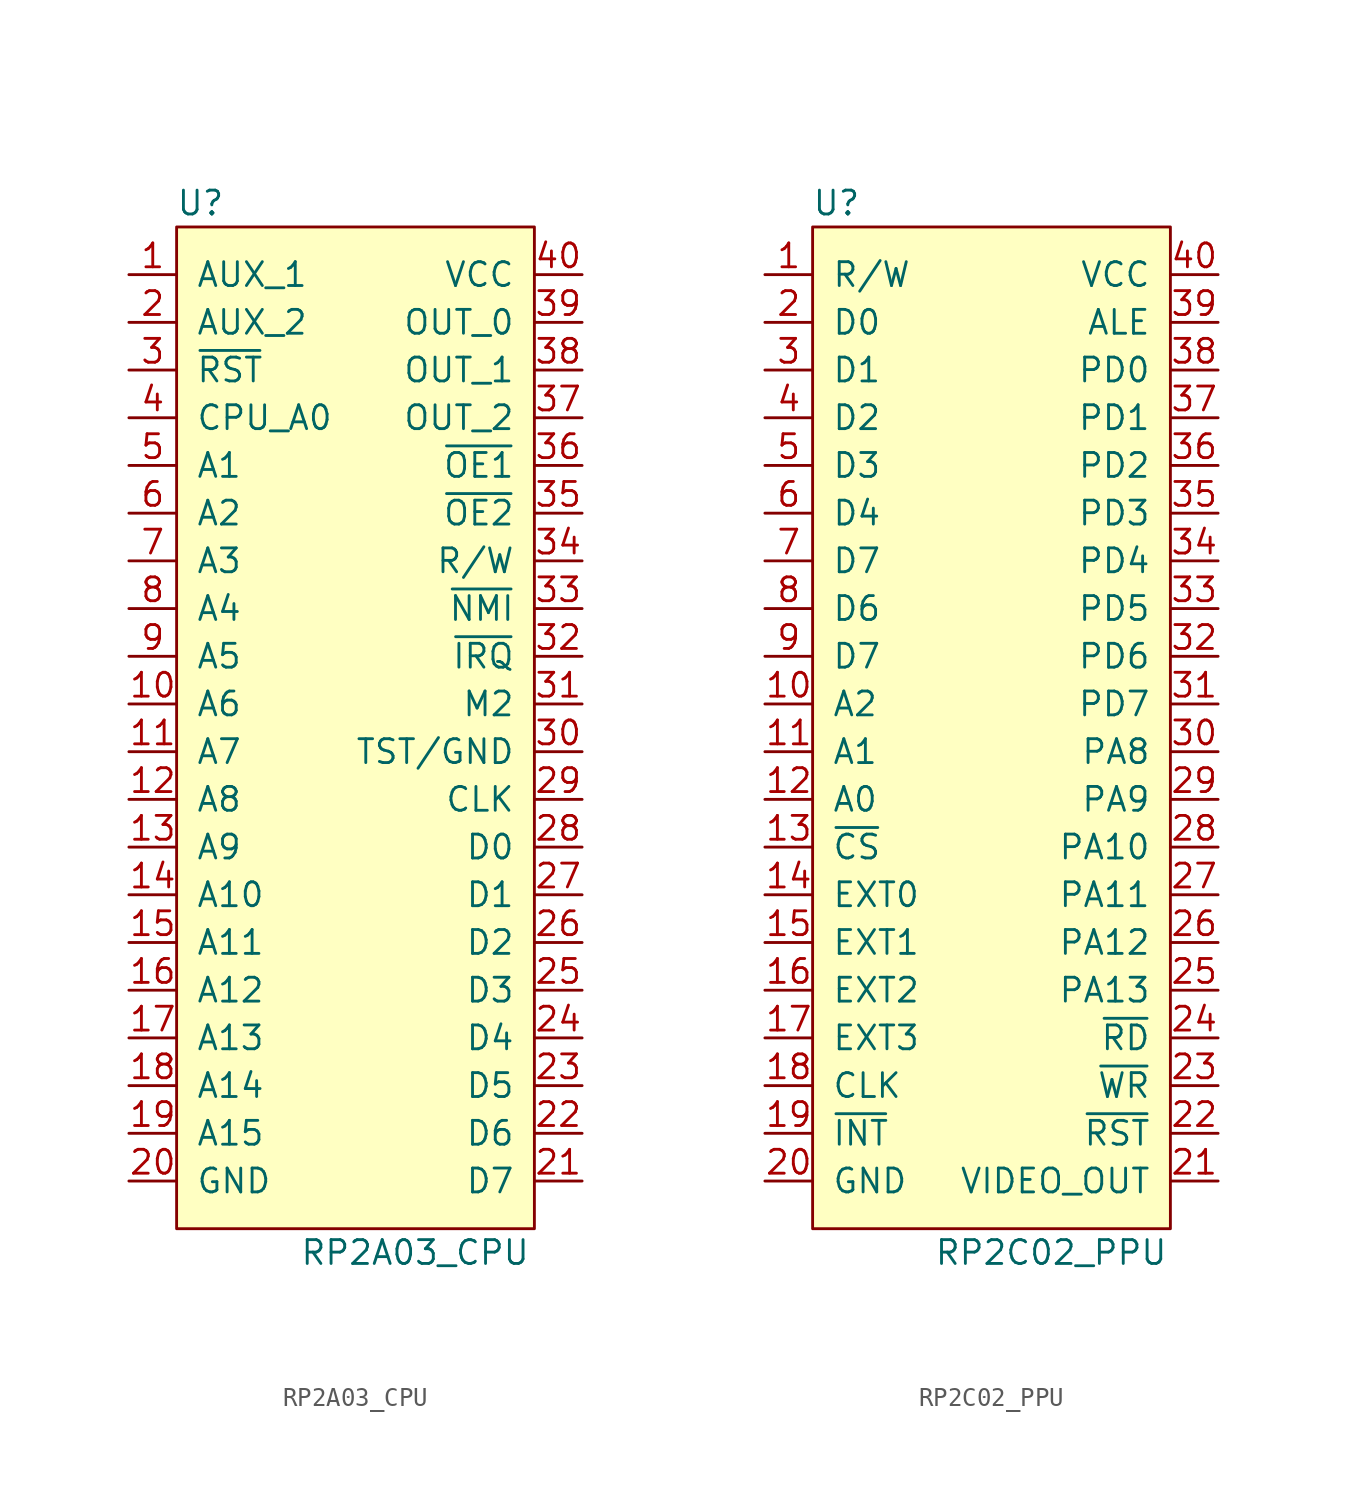
<source format=kicad_sym>
(kicad_symbol_lib
  (version 20241209)
  (generator "kicad_symbol_editor")
  (generator_version "9.0")
  (symbol "RP2A03_CPU"
    (pin_names
      (offset 1.016))
    (property "Reference" "U"
      (at -8.89 27.94 0)
      (effects (font (size 1.27 1.27))))
    (property "Value" "RP2A03_CPU"
      (at 2.54 -27.94 0)
      (effects (font (size 1.27 1.27))))
    (symbol "RP2A03_CPU_0_1"
      (rectangle (start -10.16 26.67) (end 8.89 -26.67) (stroke (width 0) (type solid)) (fill (type background))))
    (symbol "RP2A03_CPU_1_1"
      (pin output line (at -12.7 24.13 0) (length 2.54) (name "AUX_1" (effects (font (size 1.27 1.27)))) (number "1" (effects (font (size 1.27 1.27)))))
      (pin output line (at -12.7 21.59 0) (length 2.54) (name "AUX_2" (effects (font (size 1.27 1.27)))) (number "2" (effects (font (size 1.27 1.27)))))
      (pin input line (at -12.7 19.05 0) (length 2.54) (name "~{RST}" (effects (font (size 1.27 1.27)))) (number "3" (effects (font (size 1.27 1.27)))))
      (pin output line (at -12.7 16.51 0) (length 2.54) (name "CPU_A0" (effects (font (size 1.27 1.27)))) (number "4" (effects (font (size 1.27 1.27)))))
      (pin output line (at -12.7 13.97 0) (length 2.54) (name "A1" (effects (font (size 1.27 1.27)))) (number "5" (effects (font (size 1.27 1.27)))))
      (pin output line (at -12.7 11.43 0) (length 2.54) (name "A2" (effects (font (size 1.27 1.27)))) (number "6" (effects (font (size 1.27 1.27)))))
      (pin output line (at -12.7 8.89 0) (length 2.54) (name "A3" (effects (font (size 1.27 1.27)))) (number "7" (effects (font (size 1.27 1.27)))))
      (pin output line (at -12.7 6.35 0) (length 2.54) (name "A4" (effects (font (size 1.27 1.27)))) (number "8" (effects (font (size 1.27 1.27)))))
      (pin output line (at -12.7 3.81 0) (length 2.54) (name "A5" (effects (font (size 1.27 1.27)))) (number "9" (effects (font (size 1.27 1.27)))))
      (pin output line (at -12.7 1.27 0) (length 2.54) (name "A6" (effects (font (size 1.27 1.27)))) (number "10" (effects (font (size 1.27 1.27)))))
      (pin output line (at -12.7 -1.27 0) (length 2.54) (name "A7" (effects (font (size 1.27 1.27)))) (number "11" (effects (font (size 1.27 1.27)))))
      (pin output line (at -12.7 -3.81 0) (length 2.54) (name "A8" (effects (font (size 1.27 1.27)))) (number "12" (effects (font (size 1.27 1.27)))))
      (pin output line (at -12.7 -6.35 0) (length 2.54) (name "A9" (effects (font (size 1.27 1.27)))) (number "13" (effects (font (size 1.27 1.27)))))
      (pin output line (at -12.7 -8.89 0) (length 2.54) (name "A10" (effects (font (size 1.27 1.27)))) (number "14" (effects (font (size 1.27 1.27)))))
      (pin output line (at -12.7 -11.43 0) (length 2.54) (name "A11" (effects (font (size 1.27 1.27)))) (number "15" (effects (font (size 1.27 1.27)))))
      (pin output line (at -12.7 -13.97 0) (length 2.54) (name "A12" (effects (font (size 1.27 1.27)))) (number "16" (effects (font (size 1.27 1.27)))))
      (pin output line (at -12.7 -16.51 0) (length 2.54) (name "A13" (effects (font (size 1.27 1.27)))) (number "17" (effects (font (size 1.27 1.27)))))
      (pin output line (at -12.7 -19.05 0) (length 2.54) (name "A14" (effects (font (size 1.27 1.27)))) (number "18" (effects (font (size 1.27 1.27)))))
      (pin output line (at -12.7 -21.59 0) (length 2.54) (name "A15" (effects (font (size 1.27 1.27)))) (number "19" (effects (font (size 1.27 1.27)))))
      (pin passive line (at -12.7 -24.13 0) (length 2.54) (name "GND" (effects (font (size 1.27 1.27)))) (number "20" (effects (font (size 1.27 1.27)))))
      (pin passive line (at 11.43 24.13 180) (length 2.54) (name "VCC" (effects (font (size 1.27 1.27)))) (number "40" (effects (font (size 1.27 1.27)))))
      (pin output line (at 11.43 21.59 180) (length 2.54) (name "OUT_0" (effects (font (size 1.27 1.27)))) (number "39" (effects (font (size 1.27 1.27)))))
      (pin output line (at 11.43 19.05 180) (length 2.54) (name "OUT_1" (effects (font (size 1.27 1.27)))) (number "38" (effects (font (size 1.27 1.27)))))
      (pin output line (at 11.43 16.51 180) (length 2.54) (name "OUT_2" (effects (font (size 1.27 1.27)))) (number "37" (effects (font (size 1.27 1.27)))))
      (pin output line (at 11.43 13.97 180) (length 2.54) (name "~{OE1}" (effects (font (size 1.27 1.27)))) (number "36" (effects (font (size 1.27 1.27)))))
      (pin output line (at 11.43 11.43 180) (length 2.54) (name "~{OE2}" (effects (font (size 1.27 1.27)))) (number "35" (effects (font (size 1.27 1.27)))))
      (pin output line (at 11.43 8.89 180) (length 2.54) (name "R/W" (effects (font (size 1.27 1.27)))) (number "34" (effects (font (size 1.27 1.27)))))
      (pin input line (at 11.43 6.35 180) (length 2.54) (name "~{NMI}" (effects (font (size 1.27 1.27)))) (number "33" (effects (font (size 1.27 1.27)))))
      (pin input line (at 11.43 3.81 180) (length 2.54) (name "~{IRQ}" (effects (font (size 1.27 1.27)))) (number "32" (effects (font (size 1.27 1.27)))))
      (pin output line (at 11.43 1.27 180) (length 2.54) (name "M2" (effects (font (size 1.27 1.27)))) (number "31" (effects (font (size 1.27 1.27)))))
      (pin input line (at 11.43 -1.27 180) (length 2.54) (name "TST/GND" (effects (font (size 1.27 1.27)))) (number "30" (effects (font (size 1.27 1.27)))))
      (pin input line (at 11.43 -3.81 180) (length 2.54) (name "CLK" (effects (font (size 1.27 1.27)))) (number "29" (effects (font (size 1.27 1.27)))))
      (pin bidirectional line (at 11.43 -6.35 180) (length 2.54) (name "D0" (effects (font (size 1.27 1.27)))) (number "28" (effects (font (size 1.27 1.27)))))
      (pin bidirectional line (at 11.43 -8.89 180) (length 2.54) (name "D1" (effects (font (size 1.27 1.27)))) (number "27" (effects (font (size 1.27 1.27)))))
      (pin bidirectional line (at 11.43 -11.43 180) (length 2.54) (name "D2" (effects (font (size 1.27 1.27)))) (number "26" (effects (font (size 1.27 1.27)))))
      (pin bidirectional line (at 11.43 -13.97 180) (length 2.54) (name "D3" (effects (font (size 1.27 1.27)))) (number "25" (effects (font (size 1.27 1.27)))))
      (pin bidirectional line (at 11.43 -16.51 180) (length 2.54) (name "D4" (effects (font (size 1.27 1.27)))) (number "24" (effects (font (size 1.27 1.27)))))
      (pin bidirectional line (at 11.43 -19.05 180) (length 2.54) (name "D5" (effects (font (size 1.27 1.27)))) (number "23" (effects (font (size 1.27 1.27)))))
      (pin bidirectional line (at 11.43 -21.59 180) (length 2.54) (name "D6" (effects (font (size 1.27 1.27)))) (number "22" (effects (font (size 1.27 1.27)))))
      (pin bidirectional line (at 11.43 -24.13 180) (length 2.54) (name "D7" (effects (font (size 1.27 1.27)))) (number "21" (effects (font (size 1.27 1.27)))))))
  (symbol "RP2C02_PPU"
    (pin_names
      (offset 1.016))
    (property "Reference" "U"
      (at -8.89 27.94 0)
      (effects (font (size 1.27 1.27))))
    (property "Value" "RP2C02_PPU"
      (at 2.54 -27.94 0)
      (effects (font (size 1.27 1.27))))
    (symbol "RP2C02_PPU_0_1"
      (rectangle (start 8.89 26.67) (end -10.16 -26.67) (stroke (width 0) (type solid)) (fill (type background))))
    (symbol "RP2C02_PPU_1_1"
      (pin input line (at -12.7 24.13 0) (length 2.54) (name "R/W" (effects (font (size 1.27 1.27)))) (number "1" (effects (font (size 1.27 1.27)))))
      (pin bidirectional line (at -12.7 21.59 0) (length 2.54) (name "D0" (effects (font (size 1.27 1.27)))) (number "2" (effects (font (size 1.27 1.27)))))
      (pin bidirectional line (at -12.7 19.05 0) (length 2.54) (name "D1" (effects (font (size 1.27 1.27)))) (number "3" (effects (font (size 1.27 1.27)))))
      (pin bidirectional line (at -12.7 16.51 0) (length 2.54) (name "D2" (effects (font (size 1.27 1.27)))) (number "4" (effects (font (size 1.27 1.27)))))
      (pin bidirectional line (at -12.7 13.97 0) (length 2.54) (name "D3" (effects (font (size 1.27 1.27)))) (number "5" (effects (font (size 1.27 1.27)))))
      (pin bidirectional line (at -12.7 11.43 0) (length 2.54) (name "D4" (effects (font (size 1.27 1.27)))) (number "6" (effects (font (size 1.27 1.27)))))
      (pin bidirectional line (at -12.7 8.89 0) (length 2.54) (name "D7" (effects (font (size 1.27 1.27)))) (number "7" (effects (font (size 1.27 1.27)))))
      (pin bidirectional line (at -12.7 6.35 0) (length 2.54) (name "D6" (effects (font (size 1.27 1.27)))) (number "8" (effects (font (size 1.27 1.27)))))
      (pin bidirectional line (at -12.7 3.81 0) (length 2.54) (name "D7" (effects (font (size 1.27 1.27)))) (number "9" (effects (font (size 1.27 1.27)))))
      (pin input line (at -12.7 1.27 0) (length 2.54) (name "A2" (effects (font (size 1.27 1.27)))) (number "10" (effects (font (size 1.27 1.27)))))
      (pin input line (at -12.7 -1.27 0) (length 2.54) (name "A1" (effects (font (size 1.27 1.27)))) (number "11" (effects (font (size 1.27 1.27)))))
      (pin input line (at -12.7 -3.81 0) (length 2.54) (name "A0" (effects (font (size 1.27 1.27)))) (number "12" (effects (font (size 1.27 1.27)))))
      (pin input line (at -12.7 -6.35 0) (length 2.54) (name "~{CS}" (effects (font (size 1.27 1.27)))) (number "13" (effects (font (size 1.27 1.27)))))
      (pin bidirectional line (at -12.7 -8.89 0) (length 2.54) (name "EXT0" (effects (font (size 1.27 1.27)))) (number "14" (effects (font (size 1.27 1.27)))))
      (pin bidirectional line (at -12.7 -11.43 0) (length 2.54) (name "EXT1" (effects (font (size 1.27 1.27)))) (number "15" (effects (font (size 1.27 1.27)))))
      (pin bidirectional line (at -12.7 -13.97 0) (length 2.54) (name "EXT2" (effects (font (size 1.27 1.27)))) (number "16" (effects (font (size 1.27 1.27)))))
      (pin bidirectional line (at -12.7 -16.51 0) (length 2.54) (name "EXT3" (effects (font (size 1.27 1.27)))) (number "17" (effects (font (size 1.27 1.27)))))
      (pin input line (at -12.7 -19.05 0) (length 2.54) (name "CLK" (effects (font (size 1.27 1.27)))) (number "18" (effects (font (size 1.27 1.27)))))
      (pin output line (at -12.7 -21.59 0) (length 2.54) (name "~{INT}" (effects (font (size 1.27 1.27)))) (number "19" (effects (font (size 1.27 1.27)))))
      (pin passive line (at -12.7 -24.13 0) (length 2.54) (name "GND" (effects (font (size 1.27 1.27)))) (number "20" (effects (font (size 1.27 1.27)))))
      (pin passive line (at 11.43 24.13 180) (length 2.54) (name "VCC" (effects (font (size 1.27 1.27)))) (number "40" (effects (font (size 1.27 1.27)))))
      (pin output line (at 11.43 21.59 180) (length 2.54) (name "ALE" (effects (font (size 1.27 1.27)))) (number "39" (effects (font (size 1.27 1.27)))))
      (pin bidirectional line (at 11.43 19.05 180) (length 2.54) (name "PD0" (effects (font (size 1.27 1.27)))) (number "38" (effects (font (size 1.27 1.27)))))
      (pin bidirectional line (at 11.43 16.51 180) (length 2.54) (name "PD1" (effects (font (size 1.27 1.27)))) (number "37" (effects (font (size 1.27 1.27)))))
      (pin bidirectional line (at 11.43 13.97 180) (length 2.54) (name "PD2" (effects (font (size 1.27 1.27)))) (number "36" (effects (font (size 1.27 1.27)))))
      (pin bidirectional line (at 11.43 11.43 180) (length 2.54) (name "PD3" (effects (font (size 1.27 1.27)))) (number "35" (effects (font (size 1.27 1.27)))))
      (pin bidirectional line (at 11.43 8.89 180) (length 2.54) (name "PD4" (effects (font (size 1.27 1.27)))) (number "34" (effects (font (size 1.27 1.27)))))
      (pin bidirectional line (at 11.43 6.35 180) (length 2.54) (name "PD5" (effects (font (size 1.27 1.27)))) (number "33" (effects (font (size 1.27 1.27)))))
      (pin bidirectional line (at 11.43 3.81 180) (length 2.54) (name "PD6" (effects (font (size 1.27 1.27)))) (number "32" (effects (font (size 1.27 1.27)))))
      (pin bidirectional line (at 11.43 1.27 180) (length 2.54) (name "PD7" (effects (font (size 1.27 1.27)))) (number "31" (effects (font (size 1.27 1.27)))))
      (pin output line (at 11.43 -1.27 180) (length 2.54) (name "PA8" (effects (font (size 1.27 1.27)))) (number "30" (effects (font (size 1.27 1.27)))))
      (pin output line (at 11.43 -3.81 180) (length 2.54) (name "PA9" (effects (font (size 1.27 1.27)))) (number "29" (effects (font (size 1.27 1.27)))))
      (pin output line (at 11.43 -6.35 180) (length 2.54) (name "PA10" (effects (font (size 1.27 1.27)))) (number "28" (effects (font (size 1.27 1.27)))))
      (pin output line (at 11.43 -8.89 180) (length 2.54) (name "PA11" (effects (font (size 1.27 1.27)))) (number "27" (effects (font (size 1.27 1.27)))))
      (pin output line (at 11.43 -11.43 180) (length 2.54) (name "PA12" (effects (font (size 1.27 1.27)))) (number "26" (effects (font (size 1.27 1.27)))))
      (pin output line (at 11.43 -13.97 180) (length 2.54) (name "PA13" (effects (font (size 1.27 1.27)))) (number "25" (effects (font (size 1.27 1.27)))))
      (pin input line (at 11.43 -16.51 180) (length 2.54) (name "~{RD}" (effects (font (size 1.27 1.27)))) (number "24" (effects (font (size 1.27 1.27)))))
      (pin output line (at 11.43 -19.05 180) (length 2.54) (name "~{WR}" (effects (font (size 1.27 1.27)))) (number "23" (effects (font (size 1.27 1.27)))))
      (pin input line (at 11.43 -21.59 180) (length 2.54) (name "~{RST}" (effects (font (size 1.27 1.27)))) (number "22" (effects (font (size 1.27 1.27)))))
      (pin output line (at 11.43 -24.13 180) (length 2.54) (name "VIDEO_OUT" (effects (font (size 1.27 1.27)))) (number "21" (effects (font (size 1.27 1.27))))))))
</source>
